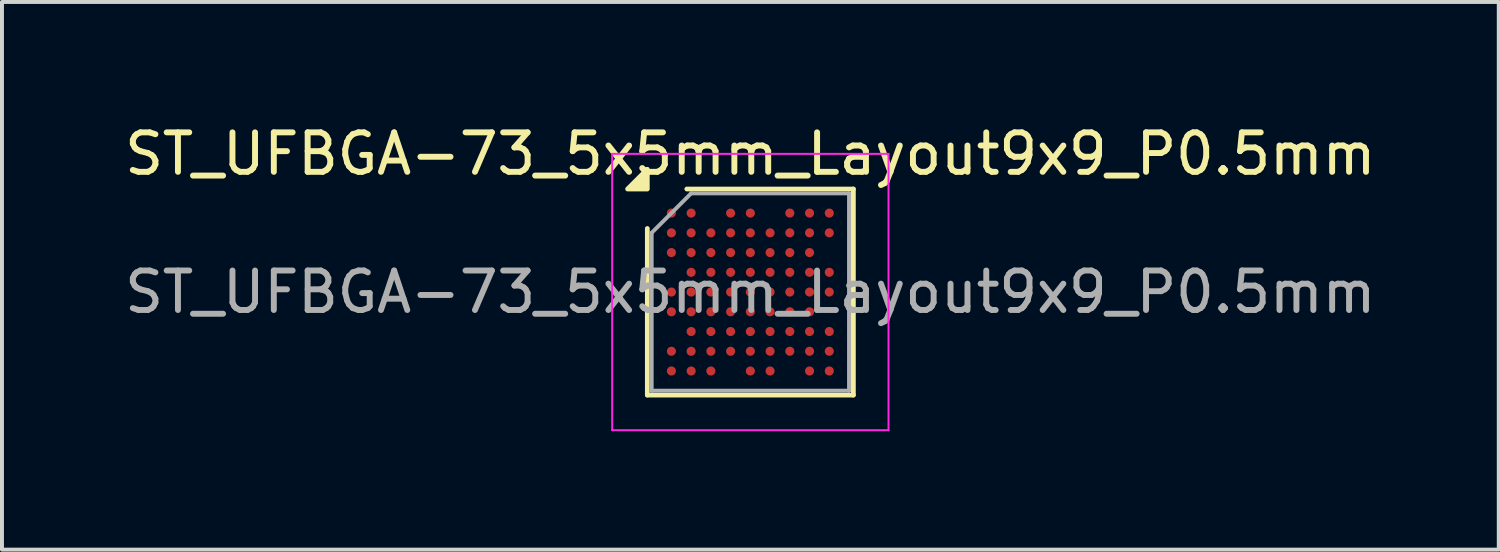
<source format=kicad_pcb>
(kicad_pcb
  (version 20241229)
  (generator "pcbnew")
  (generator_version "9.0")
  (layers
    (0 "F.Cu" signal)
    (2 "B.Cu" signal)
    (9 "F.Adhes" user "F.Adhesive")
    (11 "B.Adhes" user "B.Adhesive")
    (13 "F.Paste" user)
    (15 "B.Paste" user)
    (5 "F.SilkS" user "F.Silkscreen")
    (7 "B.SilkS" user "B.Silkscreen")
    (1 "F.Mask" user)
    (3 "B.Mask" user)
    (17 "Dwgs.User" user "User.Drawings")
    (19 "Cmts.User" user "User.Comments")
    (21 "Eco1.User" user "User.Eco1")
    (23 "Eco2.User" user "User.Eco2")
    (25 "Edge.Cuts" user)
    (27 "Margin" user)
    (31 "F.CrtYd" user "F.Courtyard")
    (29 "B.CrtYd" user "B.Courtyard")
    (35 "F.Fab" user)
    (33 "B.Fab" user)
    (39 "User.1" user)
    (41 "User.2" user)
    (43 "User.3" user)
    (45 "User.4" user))
  (footprint "ST_UFBGA-73_5x5mm_Layout9x9_P0.5mm"
    (layer "F.Cu")
    (at 15.958 4.348)
    (property "Reference" "ST_UFBGA-73_5x5mm_Layout9x9_P0.5mm" (at 0 -3.5 0) (layer "F.SilkS") (effects (font (size 1 1) (thickness 0.15))))
    (attr smd)
    (fp_line (start -2.61 2.61) (end -2.61 -1.61) (stroke (width 0.12) (type solid)) (layer "F.SilkS"))
    (fp_line (start -1.61 -2.61) (end 2.61 -2.61) (stroke (width 0.12) (type solid)) (layer "F.SilkS"))
    (fp_line (start 2.61 -2.61) (end 2.61 2.61) (stroke (width 0.12) (type solid)) (layer "F.SilkS"))
    (fp_line (start 2.61 2.61) (end -2.61 2.61) (stroke (width 0.12) (type solid)) (layer "F.SilkS"))
    (fp_poly (pts (xy -2.61 -2.61) (xy -3.11 -2.61) (xy -2.61 -3.11) (xy -2.61 -2.61)) (stroke (width 0.12) (type solid)) (fill yes) (layer "F.SilkS"))
    (fp_line (start -3.5 -3.5) (end -3.5 3.5) (stroke (width 0.05) (type solid)) (layer "F.CrtYd"))
    (fp_line (start -3.5 3.5) (end 3.5 3.5) (stroke (width 0.05) (type solid)) (layer "F.CrtYd"))
    (fp_line (start 3.5 -3.5) (end -3.5 -3.5) (stroke (width 0.05) (type solid)) (layer "F.CrtYd"))
    (fp_line (start 3.5 3.5) (end 3.5 -3.5) (stroke (width 0.05) (type solid)) (layer "F.CrtYd"))
    (fp_line (start -2.5 -1.5) (end -1.5 -2.5) (stroke (width 0.1) (type solid)) (layer "F.Fab"))
    (fp_line (start -2.5 2.5) (end -2.5 -1.5) (stroke (width 0.1) (type solid)) (layer "F.Fab"))
    (fp_line (start -1.5 -2.5) (end 2.5 -2.5) (stroke (width 0.1) (type solid)) (layer "F.Fab"))
    (fp_line (start 2.5 -2.5) (end 2.5 2.5) (stroke (width 0.1) (type solid)) (layer "F.Fab"))
    (fp_line (start 2.5 2.5) (end -2.5 2.5) (stroke (width 0.1) (type solid)) (layer "F.Fab"))
    (fp_text user "${REFERENCE}" (at 0 0 0) (layer "F.Fab") (effects (font (size 1 1) (thickness 0.15))))
    (pad "A1" smd circle (at -2 -2) (size 0.23 0.23) (property pad_prop_bga) (layers "F.Cu" "F.Mask" "F.Paste"))
    (pad "A2" smd circle (at -1.5 -2) (size 0.23 0.23) (property pad_prop_bga) (layers "F.Cu" "F.Mask" "F.Paste"))
    (pad "A4" smd circle (at -0.5 -2) (size 0.23 0.23) (property pad_prop_bga) (layers "F.Cu" "F.Mask" "F.Paste"))
    (pad "A5" smd circle (at 0 -2) (size 0.23 0.23) (property pad_prop_bga) (layers "F.Cu" "F.Mask" "F.Paste"))
    (pad "A7" smd circle (at 1 -2) (size 0.23 0.23) (property pad_prop_bga) (layers "F.Cu" "F.Mask" "F.Paste"))
    (pad "A8" smd circle (at 1.5 -2) (size 0.23 0.23) (property pad_prop_bga) (layers "F.Cu" "F.Mask" "F.Paste"))
    (pad "A9" smd circle (at 2 -2) (size 0.23 0.23) (property pad_prop_bga) (layers "F.Cu" "F.Mask" "F.Paste"))
    (pad "B1" smd circle (at -2 -1.5) (size 0.23 0.23) (property pad_prop_bga) (layers "F.Cu" "F.Mask" "F.Paste"))
    (pad "B2" smd circle (at -1.5 -1.5) (size 0.23 0.23) (property pad_prop_bga) (layers "F.Cu" "F.Mask" "F.Paste"))
    (pad "B3" smd circle (at -1 -1.5) (size 0.23 0.23) (property pad_prop_bga) (layers "F.Cu" "F.Mask" "F.Paste"))
    (pad "B4" smd circle (at -0.5 -1.5) (size 0.23 0.23) (property pad_prop_bga) (layers "F.Cu" "F.Mask" "F.Paste"))
    (pad "B5" smd circle (at 0 -1.5) (size 0.23 0.23) (property pad_prop_bga) (layers "F.Cu" "F.Mask" "F.Paste"))
    (pad "B6" smd circle (at 0.5 -1.5) (size 0.23 0.23) (property pad_prop_bga) (layers "F.Cu" "F.Mask" "F.Paste"))
    (pad "B7" smd circle (at 1 -1.5) (size 0.23 0.23) (property pad_prop_bga) (layers "F.Cu" "F.Mask" "F.Paste"))
    (pad "B8" smd circle (at 1.5 -1.5) (size 0.23 0.23) (property pad_prop_bga) (layers "F.Cu" "F.Mask" "F.Paste"))
    (pad "B9" smd circle (at 2 -1.5) (size 0.23 0.23) (property pad_prop_bga) (layers "F.Cu" "F.Mask" "F.Paste"))
    (pad "C1" smd circle (at -2 -1) (size 0.23 0.23) (property pad_prop_bga) (layers "F.Cu" "F.Mask" "F.Paste"))
    (pad "C2" smd circle (at -1.5 -1) (size 0.23 0.23) (property pad_prop_bga) (layers "F.Cu" "F.Mask" "F.Paste"))
    (pad "C3" smd circle (at -1 -1) (size 0.23 0.23) (property pad_prop_bga) (layers "F.Cu" "F.Mask" "F.Paste"))
    (pad "C4" smd circle (at -0.5 -1) (size 0.23 0.23) (property pad_prop_bga) (layers "F.Cu" "F.Mask" "F.Paste"))
    (pad "C5" smd circle (at 0 -1) (size 0.23 0.23) (property pad_prop_bga) (layers "F.Cu" "F.Mask" "F.Paste"))
    (pad "C6" smd circle (at 0.5 -1) (size 0.23 0.23) (property pad_prop_bga) (layers "F.Cu" "F.Mask" "F.Paste"))
    (pad "C7" smd circle (at 1 -1) (size 0.23 0.23) (property pad_prop_bga) (layers "F.Cu" "F.Mask" "F.Paste"))
    (pad "C8" smd circle (at 1.5 -1) (size 0.23 0.23) (property pad_prop_bga) (layers "F.Cu" "F.Mask" "F.Paste"))
    (pad "D2" smd circle (at -1.5 -0.5) (size 0.23 0.23) (property pad_prop_bga) (layers "F.Cu" "F.Mask" "F.Paste"))
    (pad "D3" smd circle (at -1 -0.5) (size 0.23 0.23) (property pad_prop_bga) (layers "F.Cu" "F.Mask" "F.Paste"))
    (pad "D4" smd circle (at -0.5 -0.5) (size 0.23 0.23) (property pad_prop_bga) (layers "F.Cu" "F.Mask" "F.Paste"))
    (pad "D5" smd circle (at 0 -0.5) (size 0.23 0.23) (property pad_prop_bga) (layers "F.Cu" "F.Mask" "F.Paste"))
    (pad "D6" smd circle (at 0.5 -0.5) (size 0.23 0.23) (property pad_prop_bga) (layers "F.Cu" "F.Mask" "F.Paste"))
    (pad "D7" smd circle (at 1 -0.5) (size 0.23 0.23) (property pad_prop_bga) (layers "F.Cu" "F.Mask" "F.Paste"))
    (pad "D8" smd circle (at 1.5 -0.5) (size 0.23 0.23) (property pad_prop_bga) (layers "F.Cu" "F.Mask" "F.Paste"))
    (pad "D9" smd circle (at 2 -0.5) (size 0.23 0.23) (property pad_prop_bga) (layers "F.Cu" "F.Mask" "F.Paste"))
    (pad "E1" smd circle (at -2 0) (size 0.23 0.23) (property pad_prop_bga) (layers "F.Cu" "F.Mask" "F.Paste"))
    (pad "E2" smd circle (at -1.5 0) (size 0.23 0.23) (property pad_prop_bga) (layers "F.Cu" "F.Mask" "F.Paste"))
    (pad "E3" smd circle (at -1 0) (size 0.23 0.23) (property pad_prop_bga) (layers "F.Cu" "F.Mask" "F.Paste"))
    (pad "E4" smd circle (at -0.5 0) (size 0.23 0.23) (property pad_prop_bga) (layers "F.Cu" "F.Mask" "F.Paste"))
    (pad "E5" smd circle (at 0 0) (size 0.23 0.23) (property pad_prop_bga) (layers "F.Cu" "F.Mask" "F.Paste"))
    (pad "E6" smd circle (at 0.5 0) (size 0.23 0.23) (property pad_prop_bga) (layers "F.Cu" "F.Mask" "F.Paste"))
    (pad "E7" smd circle (at 1 0) (size 0.23 0.23) (property pad_prop_bga) (layers "F.Cu" "F.Mask" "F.Paste"))
    (pad "E8" smd circle (at 1.5 0) (size 0.23 0.23) (property pad_prop_bga) (layers "F.Cu" "F.Mask" "F.Paste"))
    (pad "E9" smd circle (at 2 0) (size 0.23 0.23) (property pad_prop_bga) (layers "F.Cu" "F.Mask" "F.Paste"))
    (pad "F1" smd circle (at -2 0.5) (size 0.23 0.23) (property pad_prop_bga) (layers "F.Cu" "F.Mask" "F.Paste"))
    (pad "F2" smd circle (at -1.5 0.5) (size 0.23 0.23) (property pad_prop_bga) (layers "F.Cu" "F.Mask" "F.Paste"))
    (pad "F3" smd circle (at -1 0.5) (size 0.23 0.23) (property pad_prop_bga) (layers "F.Cu" "F.Mask" "F.Paste"))
    (pad "F4" smd circle (at -0.5 0.5) (size 0.23 0.23) (property pad_prop_bga) (layers "F.Cu" "F.Mask" "F.Paste"))
    (pad "F5" smd circle (at 0 0.5) (size 0.23 0.23) (property pad_prop_bga) (layers "F.Cu" "F.Mask" "F.Paste"))
    (pad "F6" smd circle (at 0.5 0.5) (size 0.23 0.23) (property pad_prop_bga) (layers "F.Cu" "F.Mask" "F.Paste"))
    (pad "F7" smd circle (at 1 0.5) (size 0.23 0.23) (property pad_prop_bga) (layers "F.Cu" "F.Mask" "F.Paste"))
    (pad "F8" smd circle (at 1.5 0.5) (size 0.23 0.23) (property pad_prop_bga) (layers "F.Cu" "F.Mask" "F.Paste"))
    (pad "G2" smd circle (at -1.5 1) (size 0.23 0.23) (property pad_prop_bga) (layers "F.Cu" "F.Mask" "F.Paste"))
    (pad "G3" smd circle (at -1 1) (size 0.23 0.23) (property pad_prop_bga) (layers "F.Cu" "F.Mask" "F.Paste"))
    (pad "G4" smd circle (at -0.5 1) (size 0.23 0.23) (property pad_prop_bga) (layers "F.Cu" "F.Mask" "F.Paste"))
    (pad "G5" smd circle (at 0 1) (size 0.23 0.23) (property pad_prop_bga) (layers "F.Cu" "F.Mask" "F.Paste"))
    (pad "G6" smd circle (at 0.5 1) (size 0.23 0.23) (property pad_prop_bga) (layers "F.Cu" "F.Mask" "F.Paste"))
    (pad "G7" smd circle (at 1 1) (size 0.23 0.23) (property pad_prop_bga) (layers "F.Cu" "F.Mask" "F.Paste"))
    (pad "G8" smd circle (at 1.5 1) (size 0.23 0.23) (property pad_prop_bga) (layers "F.Cu" "F.Mask" "F.Paste"))
    (pad "G9" smd circle (at 2 1) (size 0.23 0.23) (property pad_prop_bga) (layers "F.Cu" "F.Mask" "F.Paste"))
    (pad "H1" smd circle (at -2 1.5) (size 0.23 0.23) (property pad_prop_bga) (layers "F.Cu" "F.Mask" "F.Paste"))
    (pad "H2" smd circle (at -1.5 1.5) (size 0.23 0.23) (property pad_prop_bga) (layers "F.Cu" "F.Mask" "F.Paste"))
    (pad "H3" smd circle (at -1 1.5) (size 0.23 0.23) (property pad_prop_bga) (layers "F.Cu" "F.Mask" "F.Paste"))
    (pad "H4" smd circle (at -0.5 1.5) (size 0.23 0.23) (property pad_prop_bga) (layers "F.Cu" "F.Mask" "F.Paste"))
    (pad "H5" smd circle (at 0 1.5) (size 0.23 0.23) (property pad_prop_bga) (layers "F.Cu" "F.Mask" "F.Paste"))
    (pad "H6" smd circle (at 0.5 1.5) (size 0.23 0.23) (property pad_prop_bga) (layers "F.Cu" "F.Mask" "F.Paste"))
    (pad "H7" smd circle (at 1 1.5) (size 0.23 0.23) (property pad_prop_bga) (layers "F.Cu" "F.Mask" "F.Paste"))
    (pad "H8" smd circle (at 1.5 1.5) (size 0.23 0.23) (property pad_prop_bga) (layers "F.Cu" "F.Mask" "F.Paste"))
    (pad "H9" smd circle (at 2 1.5) (size 0.23 0.23) (property pad_prop_bga) (layers "F.Cu" "F.Mask" "F.Paste"))
    (pad "J1" smd circle (at -2 2) (size 0.23 0.23) (property pad_prop_bga) (layers "F.Cu" "F.Mask" "F.Paste"))
    (pad "J2" smd circle (at -1.5 2) (size 0.23 0.23) (property pad_prop_bga) (layers "F.Cu" "F.Mask" "F.Paste"))
    (pad "J3" smd circle (at -1 2) (size 0.23 0.23) (property pad_prop_bga) (layers "F.Cu" "F.Mask" "F.Paste"))
    (pad "J5" smd circle (at 0 2) (size 0.23 0.23) (property pad_prop_bga) (layers "F.Cu" "F.Mask" "F.Paste"))
    (pad "J6" smd circle (at 0.5 2) (size 0.23 0.23) (property pad_prop_bga) (layers "F.Cu" "F.Mask" "F.Paste"))
    (pad "J8" smd circle (at 1.5 2) (size 0.23 0.23) (property pad_prop_bga) (layers "F.Cu" "F.Mask" "F.Paste"))
    (pad "J9" smd circle (at 2 2) (size 0.23 0.23) (property pad_prop_bga) (layers "F.Cu" "F.Mask" "F.Paste")))
  (gr_rect
    (start -3 -3)
    (end 34.917 10.873)
    (stroke (width 0.1) (type default))
    (fill no)
    (layer "Edge.Cuts")))
</source>
